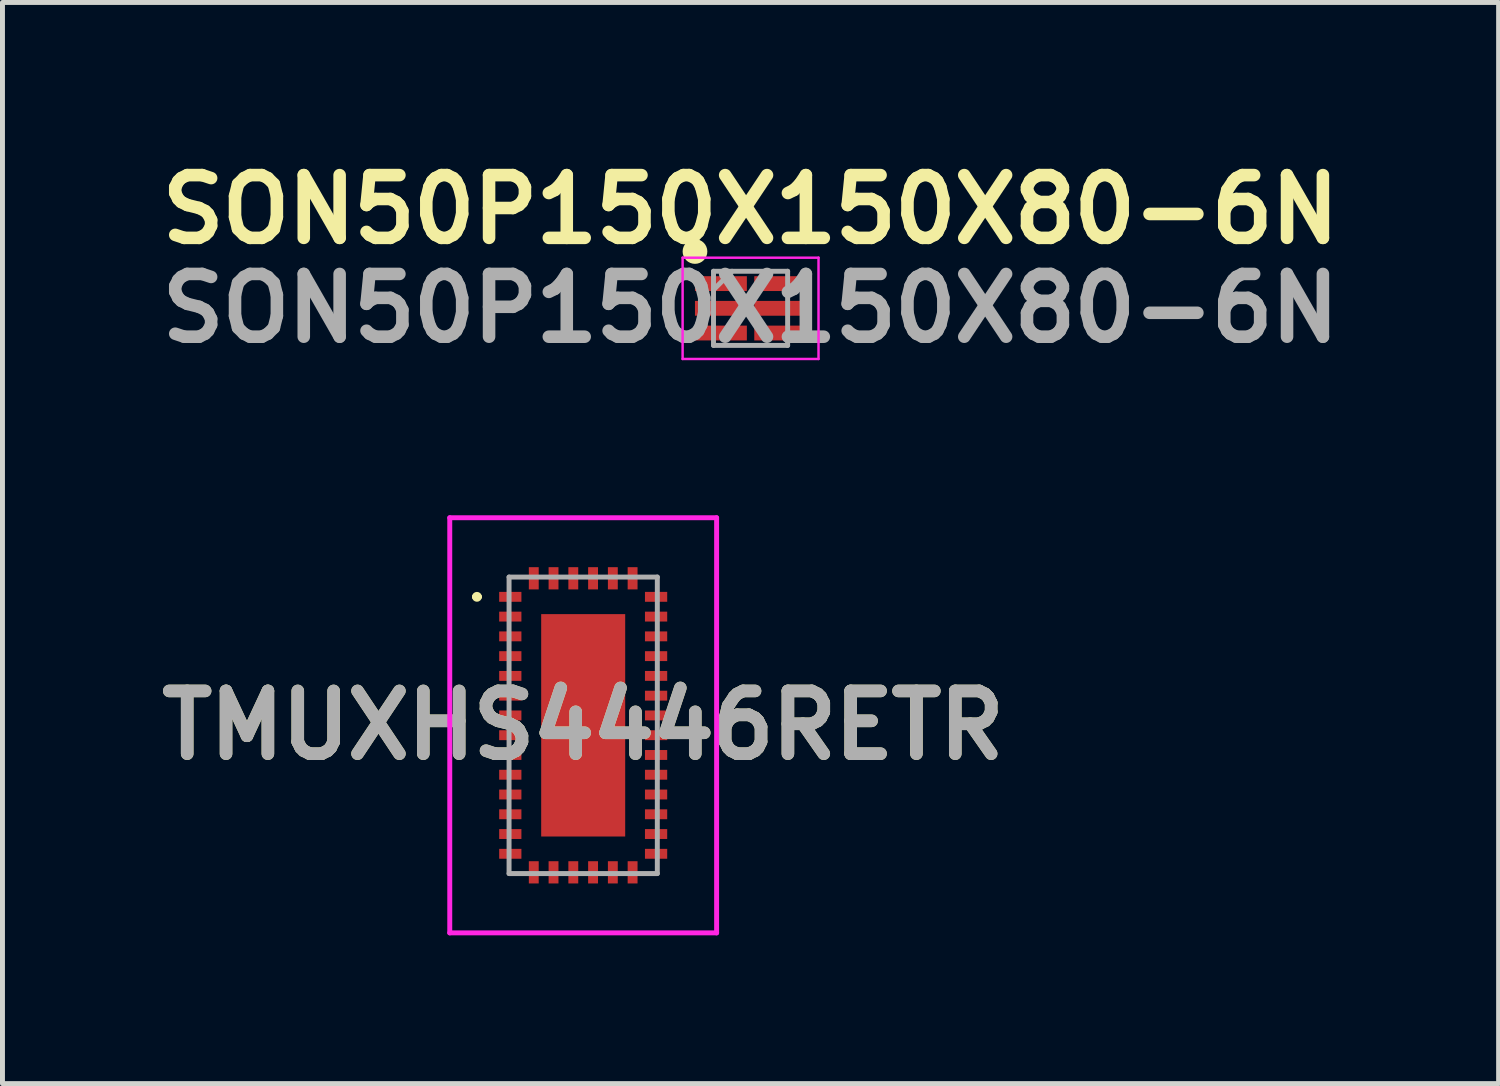
<source format=kicad_pcb>
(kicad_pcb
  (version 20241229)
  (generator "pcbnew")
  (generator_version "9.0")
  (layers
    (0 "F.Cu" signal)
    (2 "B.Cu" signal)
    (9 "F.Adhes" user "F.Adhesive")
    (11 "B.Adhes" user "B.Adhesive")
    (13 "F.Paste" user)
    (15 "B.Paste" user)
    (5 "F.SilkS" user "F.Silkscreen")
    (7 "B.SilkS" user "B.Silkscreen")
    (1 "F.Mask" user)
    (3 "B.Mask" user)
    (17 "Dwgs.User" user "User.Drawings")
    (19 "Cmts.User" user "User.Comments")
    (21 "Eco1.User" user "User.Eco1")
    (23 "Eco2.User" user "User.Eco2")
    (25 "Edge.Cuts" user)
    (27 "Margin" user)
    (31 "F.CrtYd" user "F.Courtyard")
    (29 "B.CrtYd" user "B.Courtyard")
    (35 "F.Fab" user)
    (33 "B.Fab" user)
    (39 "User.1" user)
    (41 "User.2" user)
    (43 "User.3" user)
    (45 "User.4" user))
  (footprint "TMUXHS4446RETR"
    (layer "F.Cu")
    (at 8.751 11.627)
    (property "Reference" "TMUXHS4446RETR" (at 0 0 0) (layer "F.SilkS") (effects (font (size 1.27 1.27) (thickness 0.254))))
    (attr smd)
    (fp_line (start -2.2 -2.6) (end -2.2 -2.6) (stroke (width 0.1) (type solid)) (layer "F.SilkS"))
    (fp_line (start -2.1 -2.6) (end -2.1 -2.6) (stroke (width 0.1) (type solid)) (layer "F.SilkS"))
    (fp_arc (start -2.2 -2.6) (mid -2.15 -2.65) (end -2.1 -2.6) (stroke (width 0.1) (type solid)) (layer "F.SilkS"))
    (fp_arc (start -2.1 -2.6) (mid -2.15 -2.55) (end -2.2 -2.6) (stroke (width 0.1) (type solid)) (layer "F.SilkS"))
    (fp_line (start -2.7 -4.2) (end 2.7 -4.2) (stroke (width 0.1) (type solid)) (layer "F.CrtYd"))
    (fp_line (start -2.7 4.2) (end -2.7 -4.2) (stroke (width 0.1) (type solid)) (layer "F.CrtYd"))
    (fp_line (start 2.7 -4.2) (end 2.7 4.2) (stroke (width 0.1) (type solid)) (layer "F.CrtYd"))
    (fp_line (start 2.7 4.2) (end -2.7 4.2) (stroke (width 0.1) (type solid)) (layer "F.CrtYd"))
    (fp_line (start -1.5 -3) (end 1.5 -3) (stroke (width 0.1) (type solid)) (layer "F.Fab"))
    (fp_line (start -1.5 3) (end -1.5 -3) (stroke (width 0.1) (type solid)) (layer "F.Fab"))
    (fp_line (start 1.5 -3) (end 1.5 3) (stroke (width 0.1) (type solid)) (layer "F.Fab"))
    (fp_line (start 1.5 3) (end -1.5 3) (stroke (width 0.1) (type solid)) (layer "F.Fab"))
    (fp_text user "${REFERENCE}" (at 0 0 0) (layer "F.Fab") (effects (font (size 1.27 1.27) (thickness 0.254))))
    (pad "1" smd rect (at -1.475 -2.6 90) (size 0.2 0.45) (layers "F.Cu" "F.Mask" "F.Paste"))
    (pad "2" smd rect (at -1.475 -2.2 90) (size 0.2 0.45) (layers "F.Cu" "F.Mask" "F.Paste"))
    (pad "3" smd rect (at -1.475 -1.8 90) (size 0.2 0.45) (layers "F.Cu" "F.Mask" "F.Paste"))
    (pad "4" smd rect (at -1.475 -1.4 90) (size 0.2 0.45) (layers "F.Cu" "F.Mask" "F.Paste"))
    (pad "5" smd rect (at -1.475 -1 90) (size 0.2 0.45) (layers "F.Cu" "F.Mask" "F.Paste"))
    (pad "6" smd rect (at -1.475 -0.6 90) (size 0.2 0.45) (layers "F.Cu" "F.Mask" "F.Paste"))
    (pad "7" smd rect (at -1.475 -0.2 90) (size 0.2 0.45) (layers "F.Cu" "F.Mask" "F.Paste"))
    (pad "8" smd rect (at -1.475 0.2 90) (size 0.2 0.45) (layers "F.Cu" "F.Mask" "F.Paste"))
    (pad "9" smd rect (at -1.475 0.6 90) (size 0.2 0.45) (layers "F.Cu" "F.Mask" "F.Paste"))
    (pad "10" smd rect (at -1.475 1 90) (size 0.2 0.45) (layers "F.Cu" "F.Mask" "F.Paste"))
    (pad "11" smd rect (at -1.475 1.4 90) (size 0.2 0.45) (layers "F.Cu" "F.Mask" "F.Paste"))
    (pad "12" smd rect (at -1.475 1.8 90) (size 0.2 0.45) (layers "F.Cu" "F.Mask" "F.Paste"))
    (pad "13" smd rect (at -1.475 2.2 90) (size 0.2 0.45) (layers "F.Cu" "F.Mask" "F.Paste"))
    (pad "14" smd rect (at -1.475 2.6 90) (size 0.2 0.45) (layers "F.Cu" "F.Mask" "F.Paste"))
    (pad "15" smd rect (at -1 2.975) (size 0.2 0.45) (layers "F.Cu" "F.Mask" "F.Paste"))
    (pad "16" smd rect (at -0.6 2.975) (size 0.2 0.45) (layers "F.Cu" "F.Mask" "F.Paste"))
    (pad "17" smd rect (at -0.2 2.975) (size 0.2 0.45) (layers "F.Cu" "F.Mask" "F.Paste"))
    (pad "18" smd rect (at 0.2 2.975) (size 0.2 0.45) (layers "F.Cu" "F.Mask" "F.Paste"))
    (pad "19" smd rect (at 0.6 2.975) (size 0.2 0.45) (layers "F.Cu" "F.Mask" "F.Paste"))
    (pad "20" smd rect (at 1 2.975) (size 0.2 0.45) (layers "F.Cu" "F.Mask" "F.Paste"))
    (pad "21" smd rect (at 1.475 2.6 90) (size 0.2 0.45) (layers "F.Cu" "F.Mask" "F.Paste"))
    (pad "22" smd rect (at 1.475 2.2 90) (size 0.2 0.45) (layers "F.Cu" "F.Mask" "F.Paste"))
    (pad "23" smd rect (at 1.475 1.8 90) (size 0.2 0.45) (layers "F.Cu" "F.Mask" "F.Paste"))
    (pad "24" smd rect (at 1.475 1.4 90) (size 0.2 0.45) (layers "F.Cu" "F.Mask" "F.Paste"))
    (pad "25" smd rect (at 1.475 1 90) (size 0.2 0.45) (layers "F.Cu" "F.Mask" "F.Paste"))
    (pad "26" smd rect (at 1.475 0.6 90) (size 0.2 0.45) (layers "F.Cu" "F.Mask" "F.Paste"))
    (pad "27" smd rect (at 1.475 0.2 90) (size 0.2 0.45) (layers "F.Cu" "F.Mask" "F.Paste"))
    (pad "28" smd rect (at 1.475 -0.2 90) (size 0.2 0.45) (layers "F.Cu" "F.Mask" "F.Paste"))
    (pad "29" smd rect (at 1.475 -0.6 90) (size 0.2 0.45) (layers "F.Cu" "F.Mask" "F.Paste"))
    (pad "30" smd rect (at 1.475 -1 90) (size 0.2 0.45) (layers "F.Cu" "F.Mask" "F.Paste"))
    (pad "31" smd rect (at 1.475 -1.4 90) (size 0.2 0.45) (layers "F.Cu" "F.Mask" "F.Paste"))
    (pad "32" smd rect (at 1.475 -1.8 90) (size 0.2 0.45) (layers "F.Cu" "F.Mask" "F.Paste"))
    (pad "33" smd rect (at 1.475 -2.2 90) (size 0.2 0.45) (layers "F.Cu" "F.Mask" "F.Paste"))
    (pad "34" smd rect (at 1.475 -2.6 90) (size 0.2 0.45) (layers "F.Cu" "F.Mask" "F.Paste"))
    (pad "35" smd rect (at 1 -2.975) (size 0.2 0.45) (layers "F.Cu" "F.Mask" "F.Paste"))
    (pad "36" smd rect (at 0.6 -2.975) (size 0.2 0.45) (layers "F.Cu" "F.Mask" "F.Paste"))
    (pad "37" smd rect (at 0.2 -2.975) (size 0.2 0.45) (layers "F.Cu" "F.Mask" "F.Paste"))
    (pad "38" smd rect (at -0.2 -2.975) (size 0.2 0.45) (layers "F.Cu" "F.Mask" "F.Paste"))
    (pad "39" smd rect (at -0.6 -2.975) (size 0.2 0.45) (layers "F.Cu" "F.Mask" "F.Paste"))
    (pad "40" smd rect (at -1 -2.975) (size 0.2 0.45) (layers "F.Cu" "F.Mask" "F.Paste"))
    (pad "EP" smd rect (at 0 0) (size 1.7 4.5) (layers "F.Cu" "F.Mask" "F.Paste")))
  (footprint "SON50P150X150X80-6N"
    (layer "F.Cu")
    (at 12.138 3.189)
    (property "Reference" "SON50P150X150X80-6N" (at 0 -2 0) (layer "F.SilkS") (effects (font (size 1.27 1.27) (thickness 0.254))))
    (attr smd)
    (fp_circle (center -1.125 -1.15) (end -1.125 -1.025) (stroke (width 0.25) (type solid)) (fill no) (layer "F.SilkS"))
    (fp_line (start -1.375 -1.025) (end 1.375 -1.025) (stroke (width 0.05) (type solid)) (layer "F.CrtYd"))
    (fp_line (start -1.375 1.025) (end -1.375 -1.025) (stroke (width 0.05) (type solid)) (layer "F.CrtYd"))
    (fp_line (start 1.375 -1.025) (end 1.375 1.025) (stroke (width 0.05) (type solid)) (layer "F.CrtYd"))
    (fp_line (start 1.375 1.025) (end -1.375 1.025) (stroke (width 0.05) (type solid)) (layer "F.CrtYd"))
    (fp_line (start -0.75 -0.75) (end 0.75 -0.75) (stroke (width 0.1) (type solid)) (layer "F.Fab"))
    (fp_line (start -0.75 -0.375) (end -0.375 -0.75) (stroke (width 0.1) (type solid)) (layer "F.Fab"))
    (fp_line (start -0.75 0.75) (end -0.75 -0.75) (stroke (width 0.1) (type solid)) (layer "F.Fab"))
    (fp_line (start 0.75 -0.75) (end 0.75 0.75) (stroke (width 0.1) (type solid)) (layer "F.Fab"))
    (fp_line (start 0.75 0.75) (end -0.75 0.75) (stroke (width 0.1) (type solid)) (layer "F.Fab"))
    (fp_text user "${REFERENCE}" (at 0 0 0) (layer "F.Fab") (effects (font (size 1.27 1.27) (thickness 0.254))))
    (pad "1" smd rect (at -0.6 -0.5 90) (size 0.3 1.05) (layers "F.Cu" "F.Mask" "F.Paste"))
    (pad "2" smd rect (at -0.6 0 90) (size 0.3 1.05) (layers "F.Cu" "F.Mask" "F.Paste"))
    (pad "3" smd rect (at -0.6 0.5 90) (size 0.3 1.05) (layers "F.Cu" "F.Mask" "F.Paste"))
    (pad "4" smd rect (at 0.6 0.5 90) (size 0.3 1.05) (layers "F.Cu" "F.Mask" "F.Paste"))
    (pad "5" smd rect (at 0.6 0 90) (size 0.3 1.05) (layers "F.Cu" "F.Mask" "F.Paste"))
    (pad "6" smd rect (at 0.6 -0.5 90) (size 0.3 1.05) (layers "F.Cu" "F.Mask" "F.Paste")))
  (gr_rect
    (start -3 -3)
    (end 27.275 18.877)
    (stroke (width 0.1) (type default))
    (fill no)
    (layer "Edge.Cuts")))
</source>
